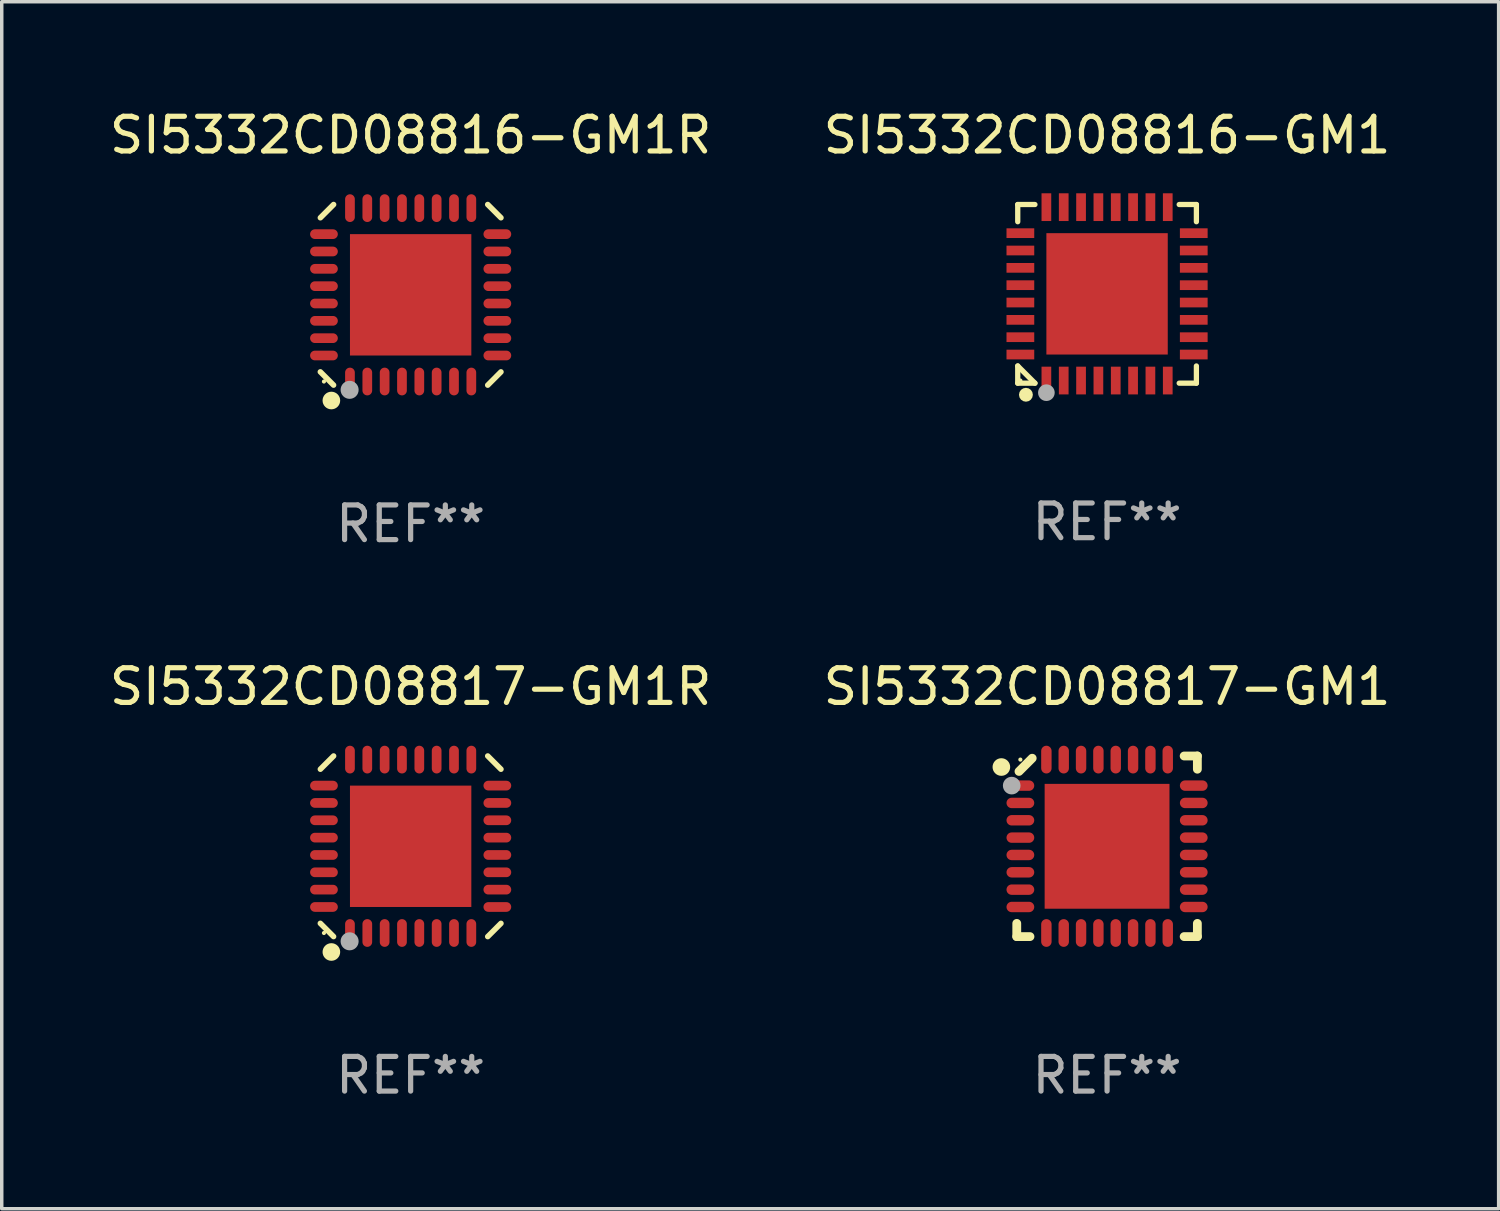
<source format=kicad_pcb>
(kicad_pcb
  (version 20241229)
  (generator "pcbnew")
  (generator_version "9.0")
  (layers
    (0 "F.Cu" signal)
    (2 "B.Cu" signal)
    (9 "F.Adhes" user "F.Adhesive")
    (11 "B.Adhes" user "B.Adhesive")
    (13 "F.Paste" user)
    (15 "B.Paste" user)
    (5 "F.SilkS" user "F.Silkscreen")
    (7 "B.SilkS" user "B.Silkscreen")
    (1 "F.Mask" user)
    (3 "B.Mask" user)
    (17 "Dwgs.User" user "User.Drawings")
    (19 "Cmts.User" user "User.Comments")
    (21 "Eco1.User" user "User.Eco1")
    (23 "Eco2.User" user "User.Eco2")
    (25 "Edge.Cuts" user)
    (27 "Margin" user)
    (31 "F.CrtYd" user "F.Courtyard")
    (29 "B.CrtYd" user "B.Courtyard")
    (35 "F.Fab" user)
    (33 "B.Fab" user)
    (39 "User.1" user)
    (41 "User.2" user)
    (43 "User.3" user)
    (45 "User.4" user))
  (footprint "SI5332CD08816-GM1"
    (layer "F.Cu")
    (at 28.875 5.424)
    (property "Reference" "SI5332CD08816-GM1" (at 0 -4.576 0) (layer "F.SilkS") (effects (font (size 1 1) (thickness 0.15))))
    (attr through_hole)
    (fp_line (start -2.576 -2.576) (end -2.08 -2.576) (stroke (width 0.152) (type solid)) (layer "F.SilkS"))
    (fp_line (start -2.576 -2.08) (end -2.576 -2.576) (stroke (width 0.152) (type solid)) (layer "F.SilkS"))
    (fp_line (start -2.576 2.08) (end -2.576 2.576) (stroke (width 0.152) (type solid)) (layer "F.SilkS"))
    (fp_line (start -2.576 2.08) (end -2.08 2.576) (stroke (width 0.152) (type solid)) (layer "F.SilkS"))
    (fp_line (start -2.576 2.576) (end -2.08 2.576) (stroke (width 0.152) (type solid)) (layer "F.SilkS"))
    (fp_line (start 2.576 -2.576) (end 2.08 -2.576) (stroke (width 0.152) (type solid)) (layer "F.SilkS"))
    (fp_line (start 2.576 -2.08) (end 2.576 -2.576) (stroke (width 0.152) (type solid)) (layer "F.SilkS"))
    (fp_line (start 2.576 2.08) (end 2.576 2.576) (stroke (width 0.152) (type solid)) (layer "F.SilkS"))
    (fp_line (start 2.576 2.576) (end 2.08 2.576) (stroke (width 0.152) (type solid)) (layer "F.SilkS"))
    (fp_circle (center -2.5 2.5) (end -2.47 2.5) (stroke (width 0.06) (type solid)) (fill no) (layer "F.SilkS"))
    (fp_circle (center -2.34 2.91) (end -2.24 2.91) (stroke (width 0.2) (type solid)) (fill no) (layer "F.SilkS"))
    (fp_circle (center -1.75 2.85) (end -1.63 2.85) (stroke (width 0.24) (type solid)) (fill no) (layer "F.Fab"))
    (fp_text user "REF**" (at 0 6.576 0) (layer "F.Fab") (effects (font (size 1 1) (thickness 0.15))))
    (pad "1" smd rect (at -1.75 2.5) (size 0.28 0.8) (layers "F.Cu" "F.Mask" "F.Paste"))
    (pad "2" smd rect (at -1.25 2.5) (size 0.28 0.8) (layers "F.Cu" "F.Mask" "F.Paste"))
    (pad "3" smd rect (at -0.75 2.5) (size 0.28 0.8) (layers "F.Cu" "F.Mask" "F.Paste"))
    (pad "4" smd rect (at -0.25 2.5) (size 0.28 0.8) (layers "F.Cu" "F.Mask" "F.Paste"))
    (pad "5" smd rect (at 0.25 2.5) (size 0.28 0.8) (layers "F.Cu" "F.Mask" "F.Paste"))
    (pad "6" smd rect (at 0.75 2.5) (size 0.28 0.8) (layers "F.Cu" "F.Mask" "F.Paste"))
    (pad "7" smd rect (at 1.25 2.5) (size 0.28 0.8) (layers "F.Cu" "F.Mask" "F.Paste"))
    (pad "8" smd rect (at 1.75 2.5) (size 0.28 0.8) (layers "F.Cu" "F.Mask" "F.Paste"))
    (pad "9" smd rect (at 2.5 1.75) (size 0.8 0.28) (layers "F.Cu" "F.Mask" "F.Paste"))
    (pad "10" smd rect (at 2.5 1.25) (size 0.8 0.28) (layers "F.Cu" "F.Mask" "F.Paste"))
    (pad "11" smd rect (at 2.5 0.75) (size 0.8 0.28) (layers "F.Cu" "F.Mask" "F.Paste"))
    (pad "12" smd rect (at 2.5 0.25) (size 0.8 0.28) (layers "F.Cu" "F.Mask" "F.Paste"))
    (pad "13" smd rect (at 2.5 -0.25) (size 0.8 0.28) (layers "F.Cu" "F.Mask" "F.Paste"))
    (pad "14" smd rect (at 2.5 -0.75) (size 0.8 0.28) (layers "F.Cu" "F.Mask" "F.Paste"))
    (pad "15" smd rect (at 2.5 -1.25) (size 0.8 0.28) (layers "F.Cu" "F.Mask" "F.Paste"))
    (pad "16" smd rect (at 2.5 -1.75) (size 0.8 0.28) (layers "F.Cu" "F.Mask" "F.Paste"))
    (pad "17" smd rect (at 1.75 -2.5) (size 0.28 0.8) (layers "F.Cu" "F.Mask" "F.Paste"))
    (pad "18" smd rect (at 1.25 -2.5) (size 0.28 0.8) (layers "F.Cu" "F.Mask" "F.Paste"))
    (pad "19" smd rect (at 0.75 -2.5) (size 0.28 0.8) (layers "F.Cu" "F.Mask" "F.Paste"))
    (pad "20" smd rect (at 0.25 -2.5) (size 0.28 0.8) (layers "F.Cu" "F.Mask" "F.Paste"))
    (pad "21" smd rect (at -0.25 -2.5) (size 0.28 0.8) (layers "F.Cu" "F.Mask" "F.Paste"))
    (pad "22" smd rect (at -0.75 -2.5) (size 0.28 0.8) (layers "F.Cu" "F.Mask" "F.Paste"))
    (pad "23" smd rect (at -1.25 -2.5) (size 0.28 0.8) (layers "F.Cu" "F.Mask" "F.Paste"))
    (pad "24" smd rect (at -1.75 -2.5) (size 0.28 0.8) (layers "F.Cu" "F.Mask" "F.Paste"))
    (pad "25" smd rect (at -2.5 -1.75) (size 0.8 0.28) (layers "F.Cu" "F.Mask" "F.Paste"))
    (pad "26" smd rect (at -2.5 -1.25) (size 0.8 0.28) (layers "F.Cu" "F.Mask" "F.Paste"))
    (pad "27" smd rect (at -2.5 -0.75) (size 0.8 0.28) (layers "F.Cu" "F.Mask" "F.Paste"))
    (pad "28" smd rect (at -2.5 -0.25) (size 0.8 0.28) (layers "F.Cu" "F.Mask" "F.Paste"))
    (pad "29" smd rect (at -2.5 0.25) (size 0.8 0.28) (layers "F.Cu" "F.Mask" "F.Paste"))
    (pad "30" smd rect (at -2.5 0.75) (size 0.8 0.28) (layers "F.Cu" "F.Mask" "F.Paste"))
    (pad "31" smd rect (at -2.5 1.25) (size 0.8 0.28) (layers "F.Cu" "F.Mask" "F.Paste"))
    (pad "32" smd rect (at -2.5 1.75) (size 0.8 0.28) (layers "F.Cu" "F.Mask" "F.Paste"))
    (pad "33" smd rect (at 0 0) (size 3.5 3.5) (layers "F.Cu" "F.Mask" "F.Paste")))
  (footprint "SI5332CD08817-GM1"
    (layer "F.Cu")
    (at 28.875 21.355)
    (property "Reference" "SI5332CD08817-GM1" (at 0 -4.604 0) (layer "F.SilkS") (effects (font (size 1 1) (thickness 0.15))))
    (attr through_hole)
    (fp_line (start -2.604 2.223) (end -2.604 2.604) (stroke (width 0.254) (type solid)) (layer "F.SilkS"))
    (fp_line (start -2.604 2.604) (end -2.223 2.604) (stroke (width 0.254) (type solid)) (layer "F.SilkS"))
    (fp_line (start -2.159 -2.54) (end -2.54 -2.159) (stroke (width 0.254) (type solid)) (layer "F.SilkS"))
    (fp_line (start 2.223 2.604) (end 2.604 2.604) (stroke (width 0.254) (type solid)) (layer "F.SilkS"))
    (fp_line (start 2.604 -2.604) (end 2.223 -2.604) (stroke (width 0.254) (type solid)) (layer "F.SilkS"))
    (fp_line (start 2.604 -2.223) (end 2.604 -2.604) (stroke (width 0.254) (type solid)) (layer "F.SilkS"))
    (fp_line (start 2.604 2.604) (end 2.604 2.223) (stroke (width 0.254) (type solid)) (layer "F.SilkS"))
    (fp_circle (center -3.048 -2.286) (end -2.921 -2.286) (stroke (width 0.254) (type solid)) (fill no) (layer "F.SilkS"))
    (fp_circle (center -2.5 -2.5) (end -2.47 -2.5) (stroke (width 0.06) (type solid)) (fill no) (layer "F.SilkS"))
    (fp_circle (center -2.75 -1.75) (end -2.623 -1.75) (stroke (width 0.254) (type solid)) (fill no) (layer "F.Fab"))
    (fp_text user "REF**" (at 0 6.604 0) (layer "F.Fab") (effects (font (size 1 1) (thickness 0.15))))
    (pad "1" smd oval (at -2.5 -1.75) (size 0.8 0.3) (layers "F.Cu" "F.Mask" "F.Paste"))
    (pad "2" smd oval (at -2.5 -1.25) (size 0.8 0.3) (layers "F.Cu" "F.Mask" "F.Paste"))
    (pad "3" smd oval (at -2.5 -0.75) (size 0.8 0.3) (layers "F.Cu" "F.Mask" "F.Paste"))
    (pad "4" smd oval (at -2.5 -0.25) (size 0.8 0.3) (layers "F.Cu" "F.Mask" "F.Paste"))
    (pad "5" smd oval (at -2.5 0.25) (size 0.8 0.3) (layers "F.Cu" "F.Mask" "F.Paste"))
    (pad "6" smd oval (at -2.5 0.75) (size 0.8 0.3) (layers "F.Cu" "F.Mask" "F.Paste"))
    (pad "7" smd oval (at -2.5 1.25) (size 0.8 0.3) (layers "F.Cu" "F.Mask" "F.Paste"))
    (pad "8" smd oval (at -2.5 1.75) (size 0.8 0.3) (layers "F.Cu" "F.Mask" "F.Paste"))
    (pad "9" smd oval (at -1.75 2.5) (size 0.3 0.8) (layers "F.Cu" "F.Mask" "F.Paste"))
    (pad "10" smd oval (at -1.25 2.5) (size 0.3 0.8) (layers "F.Cu" "F.Mask" "F.Paste"))
    (pad "11" smd oval (at -0.75 2.5) (size 0.3 0.8) (layers "F.Cu" "F.Mask" "F.Paste"))
    (pad "12" smd oval (at -0.25 2.5) (size 0.3 0.8) (layers "F.Cu" "F.Mask" "F.Paste"))
    (pad "13" smd oval (at 0.25 2.5) (size 0.3 0.8) (layers "F.Cu" "F.Mask" "F.Paste"))
    (pad "14" smd oval (at 0.75 2.5) (size 0.3 0.8) (layers "F.Cu" "F.Mask" "F.Paste"))
    (pad "15" smd oval (at 1.25 2.5) (size 0.3 0.8) (layers "F.Cu" "F.Mask" "F.Paste"))
    (pad "16" smd oval (at 1.75 2.5) (size 0.3 0.8) (layers "F.Cu" "F.Mask" "F.Paste"))
    (pad "17" smd oval (at 2.5 1.75) (size 0.8 0.3) (layers "F.Cu" "F.Mask" "F.Paste"))
    (pad "18" smd oval (at 2.5 1.25) (size 0.8 0.3) (layers "F.Cu" "F.Mask" "F.Paste"))
    (pad "19" smd oval (at 2.5 0.75) (size 0.8 0.3) (layers "F.Cu" "F.Mask" "F.Paste"))
    (pad "20" smd oval (at 2.5 0.25) (size 0.8 0.3) (layers "F.Cu" "F.Mask" "F.Paste"))
    (pad "21" smd oval (at 2.5 -0.25) (size 0.8 0.3) (layers "F.Cu" "F.Mask" "F.Paste"))
    (pad "22" smd oval (at 2.5 -0.75) (size 0.8 0.3) (layers "F.Cu" "F.Mask" "F.Paste"))
    (pad "23" smd oval (at 2.5 -1.25) (size 0.8 0.3) (layers "F.Cu" "F.Mask" "F.Paste"))
    (pad "24" smd oval (at 2.5 -1.75) (size 0.8 0.3) (layers "F.Cu" "F.Mask" "F.Paste"))
    (pad "25" smd oval (at 1.75 -2.5) (size 0.3 0.8) (layers "F.Cu" "F.Mask" "F.Paste"))
    (pad "26" smd oval (at 1.25 -2.5) (size 0.3 0.8) (layers "F.Cu" "F.Mask" "F.Paste"))
    (pad "27" smd oval (at 0.75 -2.5) (size 0.3 0.8) (layers "F.Cu" "F.Mask" "F.Paste"))
    (pad "28" smd oval (at 0.25 -2.5) (size 0.3 0.8) (layers "F.Cu" "F.Mask" "F.Paste"))
    (pad "29" smd oval (at -0.25 -2.5) (size 0.3 0.8) (layers "F.Cu" "F.Mask" "F.Paste"))
    (pad "30" smd oval (at -0.75 -2.5) (size 0.3 0.8) (layers "F.Cu" "F.Mask" "F.Paste"))
    (pad "31" smd oval (at -1.25 -2.5) (size 0.3 0.8) (layers "F.Cu" "F.Mask" "F.Paste"))
    (pad "32" smd oval (at -1.75 -2.5) (size 0.3 0.8) (layers "F.Cu" "F.Mask" "F.Paste"))
    (pad "33" smd rect (at -0.000076 0) (size 3.6 3.6) (layers "F.Cu" "F.Mask" "F.Paste")))
  (footprint "SI5332CD08816-GM1R"
    (layer "F.Cu")
    (at 8.792 5.452)
    (property "Reference" "SI5332CD08816-GM1R" (at 0 -4.604 0) (layer "F.SilkS") (effects (font (size 1 1) (thickness 0.15))))
    (attr through_hole)
    (fp_line (start -2.223 2.603) (end -2.604 2.222) (stroke (width 0.16) (type solid)) (layer "F.SilkS"))
    (fp_line (start -2.222 -2.604) (end -2.603 -2.223) (stroke (width 0.16) (type solid)) (layer "F.SilkS"))
    (fp_line (start 2.223 -2.604) (end 2.604 -2.223) (stroke (width 0.16) (type solid)) (layer "F.SilkS"))
    (fp_line (start 2.604 2.223) (end 2.223 2.604) (stroke (width 0.16) (type solid)) (layer "F.SilkS"))
    (fp_circle (center -2.5 2.5) (end -2.47 2.5) (stroke (width 0.06) (type solid)) (fill no) (layer "F.SilkS"))
    (fp_circle (center -2.286 3.048) (end -2.159 3.048) (stroke (width 0.254) (type solid)) (fill no) (layer "F.SilkS"))
    (fp_circle (center -1.76 2.74) (end -1.63 2.74) (stroke (width 0.26) (type solid)) (fill no) (layer "F.Fab"))
    (fp_text user "REF**" (at 0 6.604 0) (layer "F.Fab") (effects (font (size 1 1) (thickness 0.15))))
    (pad "1" smd oval (at -1.75 2.5) (size 0.28 0.8) (layers "F.Cu" "F.Mask" "F.Paste"))
    (pad "2" smd oval (at -1.25 2.5) (size 0.28 0.8) (layers "F.Cu" "F.Mask" "F.Paste"))
    (pad "3" smd oval (at -0.75 2.5) (size 0.28 0.8) (layers "F.Cu" "F.Mask" "F.Paste"))
    (pad "4" smd oval (at -0.25 2.5) (size 0.28 0.8) (layers "F.Cu" "F.Mask" "F.Paste"))
    (pad "5" smd oval (at 0.25 2.5) (size 0.28 0.8) (layers "F.Cu" "F.Mask" "F.Paste"))
    (pad "6" smd oval (at 0.75 2.5) (size 0.28 0.8) (layers "F.Cu" "F.Mask" "F.Paste"))
    (pad "7" smd oval (at 1.25 2.5) (size 0.28 0.8) (layers "F.Cu" "F.Mask" "F.Paste"))
    (pad "8" smd oval (at 1.75 2.5) (size 0.28 0.8) (layers "F.Cu" "F.Mask" "F.Paste"))
    (pad "9" smd oval (at 2.5 1.75) (size 0.8 0.28) (layers "F.Cu" "F.Mask" "F.Paste"))
    (pad "10" smd oval (at 2.5 1.25) (size 0.8 0.28) (layers "F.Cu" "F.Mask" "F.Paste"))
    (pad "11" smd oval (at 2.5 0.75) (size 0.8 0.28) (layers "F.Cu" "F.Mask" "F.Paste"))
    (pad "12" smd oval (at 2.5 0.25) (size 0.8 0.28) (layers "F.Cu" "F.Mask" "F.Paste"))
    (pad "13" smd oval (at 2.5 -0.25) (size 0.8 0.28) (layers "F.Cu" "F.Mask" "F.Paste"))
    (pad "14" smd oval (at 2.5 -0.75) (size 0.8 0.28) (layers "F.Cu" "F.Mask" "F.Paste"))
    (pad "15" smd oval (at 2.5 -1.25) (size 0.8 0.28) (layers "F.Cu" "F.Mask" "F.Paste"))
    (pad "16" smd oval (at 2.5 -1.75) (size 0.8 0.28) (layers "F.Cu" "F.Mask" "F.Paste"))
    (pad "17" smd oval (at 1.75 -2.5) (size 0.28 0.8) (layers "F.Cu" "F.Mask" "F.Paste"))
    (pad "18" smd oval (at 1.25 -2.5) (size 0.28 0.8) (layers "F.Cu" "F.Mask" "F.Paste"))
    (pad "19" smd oval (at 0.75 -2.5) (size 0.28 0.8) (layers "F.Cu" "F.Mask" "F.Paste"))
    (pad "20" smd oval (at 0.25 -2.5) (size 0.28 0.8) (layers "F.Cu" "F.Mask" "F.Paste"))
    (pad "21" smd oval (at -0.25 -2.5) (size 0.28 0.8) (layers "F.Cu" "F.Mask" "F.Paste"))
    (pad "22" smd oval (at -0.75 -2.5) (size 0.28 0.8) (layers "F.Cu" "F.Mask" "F.Paste"))
    (pad "23" smd oval (at -1.25 -2.5) (size 0.28 0.8) (layers "F.Cu" "F.Mask" "F.Paste"))
    (pad "24" smd oval (at -1.75 -2.5) (size 0.28 0.8) (layers "F.Cu" "F.Mask" "F.Paste"))
    (pad "25" smd oval (at -2.5 -1.75) (size 0.8 0.28) (layers "F.Cu" "F.Mask" "F.Paste"))
    (pad "26" smd oval (at -2.5 -1.25) (size 0.8 0.28) (layers "F.Cu" "F.Mask" "F.Paste"))
    (pad "27" smd oval (at -2.5 -0.75) (size 0.8 0.28) (layers "F.Cu" "F.Mask" "F.Paste"))
    (pad "28" smd oval (at -2.5 -0.25) (size 0.8 0.28) (layers "F.Cu" "F.Mask" "F.Paste"))
    (pad "29" smd oval (at -2.5 0.25) (size 0.8 0.28) (layers "F.Cu" "F.Mask" "F.Paste"))
    (pad "30" smd oval (at -2.5 0.75) (size 0.8 0.28) (layers "F.Cu" "F.Mask" "F.Paste"))
    (pad "31" smd oval (at -2.5 1.25) (size 0.8 0.28) (layers "F.Cu" "F.Mask" "F.Paste"))
    (pad "32" smd oval (at -2.5 1.75) (size 0.8 0.28) (layers "F.Cu" "F.Mask" "F.Paste"))
    (pad "33" smd rect (at 0.000038 -0.000025) (size 3.5 3.5) (layers "F.Cu" "F.Mask" "F.Paste")))
  (footprint "SI5332CD08817-GM1R"
    (layer "F.Cu")
    (at 8.792 21.355)
    (property "Reference" "SI5332CD08817-GM1R" (at 0 -4.604 0) (layer "F.SilkS") (effects (font (size 1 1) (thickness 0.15))))
    (attr through_hole)
    (fp_line (start -2.223 2.603) (end -2.604 2.222) (stroke (width 0.16) (type solid)) (layer "F.SilkS"))
    (fp_line (start -2.222 -2.604) (end -2.603 -2.223) (stroke (width 0.16) (type solid)) (layer "F.SilkS"))
    (fp_line (start 2.223 -2.604) (end 2.604 -2.223) (stroke (width 0.16) (type solid)) (layer "F.SilkS"))
    (fp_line (start 2.604 2.223) (end 2.223 2.604) (stroke (width 0.16) (type solid)) (layer "F.SilkS"))
    (fp_circle (center -2.5 2.5) (end -2.47 2.5) (stroke (width 0.06) (type solid)) (fill no) (layer "F.SilkS"))
    (fp_circle (center -2.286 3.048) (end -2.159 3.048) (stroke (width 0.254) (type solid)) (fill no) (layer "F.SilkS"))
    (fp_circle (center -1.76 2.74) (end -1.63 2.74) (stroke (width 0.26) (type solid)) (fill no) (layer "F.Fab"))
    (fp_text user "REF**" (at 0 6.604 0) (layer "F.Fab") (effects (font (size 1 1) (thickness 0.15))))
    (pad "1" smd oval (at -1.75 2.5) (size 0.28 0.8) (layers "F.Cu" "F.Mask" "F.Paste"))
    (pad "2" smd oval (at -1.25 2.5) (size 0.28 0.8) (layers "F.Cu" "F.Mask" "F.Paste"))
    (pad "3" smd oval (at -0.75 2.5) (size 0.28 0.8) (layers "F.Cu" "F.Mask" "F.Paste"))
    (pad "4" smd oval (at -0.25 2.5) (size 0.28 0.8) (layers "F.Cu" "F.Mask" "F.Paste"))
    (pad "5" smd oval (at 0.25 2.5) (size 0.28 0.8) (layers "F.Cu" "F.Mask" "F.Paste"))
    (pad "6" smd oval (at 0.75 2.5) (size 0.28 0.8) (layers "F.Cu" "F.Mask" "F.Paste"))
    (pad "7" smd oval (at 1.25 2.5) (size 0.28 0.8) (layers "F.Cu" "F.Mask" "F.Paste"))
    (pad "8" smd oval (at 1.75 2.5) (size 0.28 0.8) (layers "F.Cu" "F.Mask" "F.Paste"))
    (pad "9" smd oval (at 2.5 1.75) (size 0.8 0.28) (layers "F.Cu" "F.Mask" "F.Paste"))
    (pad "10" smd oval (at 2.5 1.25) (size 0.8 0.28) (layers "F.Cu" "F.Mask" "F.Paste"))
    (pad "11" smd oval (at 2.5 0.75) (size 0.8 0.28) (layers "F.Cu" "F.Mask" "F.Paste"))
    (pad "12" smd oval (at 2.5 0.25) (size 0.8 0.28) (layers "F.Cu" "F.Mask" "F.Paste"))
    (pad "13" smd oval (at 2.5 -0.25) (size 0.8 0.28) (layers "F.Cu" "F.Mask" "F.Paste"))
    (pad "14" smd oval (at 2.5 -0.75) (size 0.8 0.28) (layers "F.Cu" "F.Mask" "F.Paste"))
    (pad "15" smd oval (at 2.5 -1.25) (size 0.8 0.28) (layers "F.Cu" "F.Mask" "F.Paste"))
    (pad "16" smd oval (at 2.5 -1.75) (size 0.8 0.28) (layers "F.Cu" "F.Mask" "F.Paste"))
    (pad "17" smd oval (at 1.75 -2.5) (size 0.28 0.8) (layers "F.Cu" "F.Mask" "F.Paste"))
    (pad "18" smd oval (at 1.25 -2.5) (size 0.28 0.8) (layers "F.Cu" "F.Mask" "F.Paste"))
    (pad "19" smd oval (at 0.75 -2.5) (size 0.28 0.8) (layers "F.Cu" "F.Mask" "F.Paste"))
    (pad "20" smd oval (at 0.25 -2.5) (size 0.28 0.8) (layers "F.Cu" "F.Mask" "F.Paste"))
    (pad "21" smd oval (at -0.25 -2.5) (size 0.28 0.8) (layers "F.Cu" "F.Mask" "F.Paste"))
    (pad "22" smd oval (at -0.75 -2.5) (size 0.28 0.8) (layers "F.Cu" "F.Mask" "F.Paste"))
    (pad "23" smd oval (at -1.25 -2.5) (size 0.28 0.8) (layers "F.Cu" "F.Mask" "F.Paste"))
    (pad "24" smd oval (at -1.75 -2.5) (size 0.28 0.8) (layers "F.Cu" "F.Mask" "F.Paste"))
    (pad "25" smd oval (at -2.5 -1.75) (size 0.8 0.28) (layers "F.Cu" "F.Mask" "F.Paste"))
    (pad "26" smd oval (at -2.5 -1.25) (size 0.8 0.28) (layers "F.Cu" "F.Mask" "F.Paste"))
    (pad "27" smd oval (at -2.5 -0.75) (size 0.8 0.28) (layers "F.Cu" "F.Mask" "F.Paste"))
    (pad "28" smd oval (at -2.5 -0.25) (size 0.8 0.28) (layers "F.Cu" "F.Mask" "F.Paste"))
    (pad "29" smd oval (at -2.5 0.25) (size 0.8 0.28) (layers "F.Cu" "F.Mask" "F.Paste"))
    (pad "30" smd oval (at -2.5 0.75) (size 0.8 0.28) (layers "F.Cu" "F.Mask" "F.Paste"))
    (pad "31" smd oval (at -2.5 1.25) (size 0.8 0.28) (layers "F.Cu" "F.Mask" "F.Paste"))
    (pad "32" smd oval (at -2.5 1.75) (size 0.8 0.28) (layers "F.Cu" "F.Mask" "F.Paste"))
    (pad "33" smd rect (at 0.000038 -0.000025) (size 3.5 3.5) (layers "F.Cu" "F.Mask" "F.Paste")))
  (gr_rect
    (start -3 -3)
    (end 40.167 31.807)
    (stroke (width 0.1) (type default))
    (fill no)
    (layer "Edge.Cuts")))
</source>
